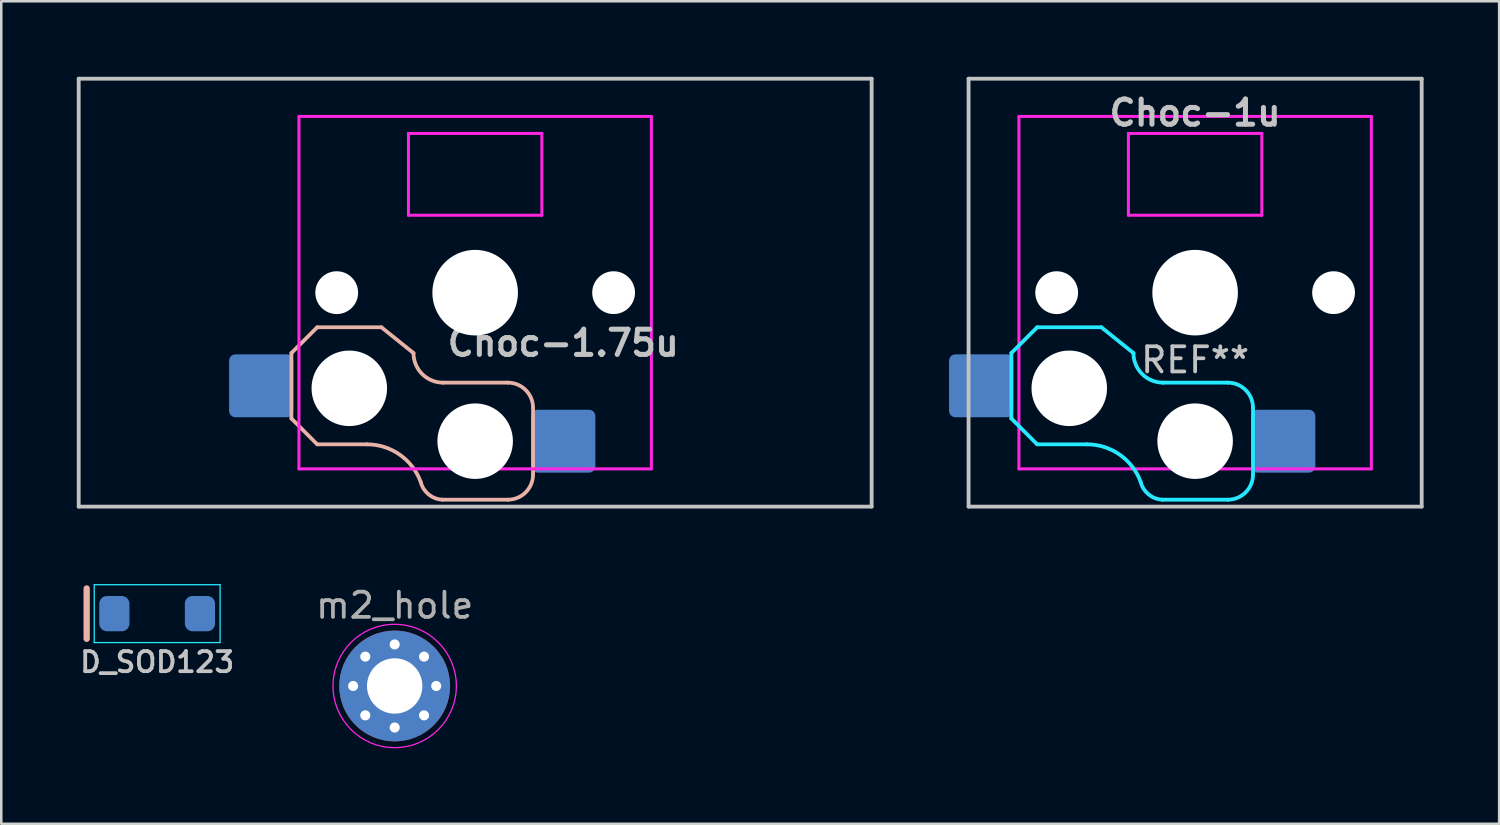
<source format=kicad_pcb>
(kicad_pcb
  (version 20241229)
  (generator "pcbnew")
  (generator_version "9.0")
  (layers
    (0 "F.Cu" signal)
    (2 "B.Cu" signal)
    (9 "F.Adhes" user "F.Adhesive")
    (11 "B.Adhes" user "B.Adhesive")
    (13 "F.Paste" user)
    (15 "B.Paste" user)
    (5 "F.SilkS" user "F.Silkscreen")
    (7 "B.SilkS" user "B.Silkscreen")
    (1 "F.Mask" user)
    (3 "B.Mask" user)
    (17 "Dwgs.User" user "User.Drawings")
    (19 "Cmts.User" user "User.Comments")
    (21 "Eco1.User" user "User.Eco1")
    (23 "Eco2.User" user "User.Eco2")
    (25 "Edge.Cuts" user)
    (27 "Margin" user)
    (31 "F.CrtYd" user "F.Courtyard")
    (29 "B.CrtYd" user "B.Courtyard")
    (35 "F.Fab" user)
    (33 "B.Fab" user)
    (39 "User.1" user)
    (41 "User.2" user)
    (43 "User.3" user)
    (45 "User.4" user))
  (footprint "m2_hole"
    (layer "F.Cu")
    (at 12.629 24.201)
    (property "Reference" "m2_hole" (at 0 -3.2 0) (layer "F.Fab") (effects (font (size 1 1) (thickness 0.15))))
    (attr exclude_from_pos_files exclude_from_bom)
    (fp_circle (center 0 0) (end 2.45 0) (stroke (width 0.05) (type solid)) (fill no) (layer "F.CrtYd"))
    (pad "1" thru_hole circle (at -1.65 0) (size 0.7 0.7) (drill 0.4) (layers "*.Cu" "*.Mask"))
    (pad "1" thru_hole circle (at -1.167 -1.167) (size 0.7 0.7) (drill 0.4) (layers "*.Cu" "*.Mask"))
    (pad "1" thru_hole circle (at -1.167 1.167) (size 0.7 0.7) (drill 0.4) (layers "*.Cu" "*.Mask"))
    (pad "1" thru_hole circle (at 0 -1.65) (size 0.7 0.7) (drill 0.4) (layers "*.Cu" "*.Mask"))
    (pad "1" thru_hole circle (at 0 0) (size 4.4 4.4) (drill 2.2) (layers "*.Cu" "*.Mask"))
    (pad "1" thru_hole circle (at 0 1.65) (size 0.7 0.7) (drill 0.4) (layers "*.Cu" "*.Mask"))
    (pad "1" thru_hole circle (at 1.167 -1.167) (size 0.7 0.7) (drill 0.4) (layers "*.Cu" "*.Mask"))
    (pad "1" thru_hole circle (at 1.167 1.167) (size 0.7 0.7) (drill 0.4) (layers "*.Cu" "*.Mask"))
    (pad "1" thru_hole circle (at 1.65 0) (size 0.7 0.7) (drill 0.4) (layers "*.Cu" "*.Mask")))
  (footprint "Choc-1.75u"
    (layer "F.Cu")
    (at 15.826 8.576)
    (property "Reference" "Choc-1.75u" (at 3.5 2 180) (layer "Dwgs.User") (effects (font (size 1 1) (thickness 0.2))))
    (attr through_hole)
    (fp_line (start -7.3 2.4) (end -7.3 5) (stroke (width 0.15) (type solid)) (layer "B.SilkS"))
    (fp_line (start -7.3 2.4) (end -6.275 1.375) (stroke (width 0.15) (type solid)) (layer "B.SilkS"))
    (fp_line (start -7.3 5) (end -6.275 6.025) (stroke (width 0.15) (type solid)) (layer "B.SilkS"))
    (fp_line (start -4.3 6.025) (end -6.275 6.025) (stroke (width 0.15) (type solid)) (layer "B.SilkS"))
    (fp_line (start -3.725 1.375) (end -6.275 1.375) (stroke (width 0.15) (type solid)) (layer "B.SilkS"))
    (fp_line (start -3.725 1.375) (end -2.45 2.4) (stroke (width 0.15) (type solid)) (layer "B.SilkS"))
    (fp_line (start 1.3 3.575) (end -1.275 3.575) (stroke (width 0.15) (type solid)) (layer "B.SilkS"))
    (fp_line (start 1.3 8.225) (end -1.3 8.225) (stroke (width 0.15) (type solid)) (layer "B.SilkS"))
    (fp_line (start 2.3 4.575) (end 2.3 7.225) (stroke (width 0.15) (type solid)) (layer "B.SilkS"))
    (fp_arc (start -4.3 6.025) (mid -2.995114 6.436429) (end -2.162199 7.521904) (stroke (width 0.15) (type solid)) (layer "B.SilkS"))
    (fp_arc (start -1.300995 8.223791) (mid -1.848284 8.016021) (end -2.162199 7.521904) (stroke (width 0.15) (type solid)) (layer "B.SilkS"))
    (fp_arc (start -1.275 3.575) (mid -2.10585 3.23085) (end -2.45 2.4) (stroke (width 0.15) (type solid)) (layer "B.SilkS"))
    (fp_arc (start 1.3 3.575) (mid 2.007107 3.867893) (end 2.3 4.575) (stroke (width 0.15) (type solid)) (layer "B.SilkS"))
    (fp_arc (start 2.3 7.225) (mid 2.007107 7.932107) (end 1.3 8.225) (stroke (width 0.15) (type solid)) (layer "B.SilkS"))
    (fp_line (start -15.75 -8.5) (end 15.75 -8.5) (stroke (width 0.152) (type solid)) (layer "Dwgs.User"))
    (fp_line (start -15.75 8.5) (end -15.75 -8.5) (stroke (width 0.152) (type solid)) (layer "Dwgs.User"))
    (fp_line (start 15.75 -8.5) (end 15.75 8.5) (stroke (width 0.152) (type solid)) (layer "Dwgs.User"))
    (fp_line (start 15.75 8.5) (end -15.75 8.5) (stroke (width 0.152) (type solid)) (layer "Dwgs.User"))
    (fp_line (start -7 -7) (end -7 7) (stroke (width 0.12) (type solid)) (layer "F.CrtYd"))
    (fp_line (start -7 7) (end 7 7) (stroke (width 0.12) (type solid)) (layer "F.CrtYd"))
    (fp_line (start -2.65 -6.325) (end 2.65 -6.325) (stroke (width 0.12) (type solid)) (layer "F.CrtYd"))
    (fp_line (start -2.65 -3.075) (end -2.65 -6.325) (stroke (width 0.12) (type solid)) (layer "F.CrtYd"))
    (fp_line (start 2.65 -6.325) (end 2.65 -3.075) (stroke (width 0.12) (type solid)) (layer "F.CrtYd"))
    (fp_line (start 2.65 -3.075) (end -2.65 -3.075) (stroke (width 0.12) (type solid)) (layer "F.CrtYd"))
    (fp_line (start 7 -7) (end -7 -7) (stroke (width 0.12) (type solid)) (layer "F.CrtYd"))
    (fp_line (start 7 7) (end 7 -7) (stroke (width 0.12) (type solid)) (layer "F.CrtYd"))
    (pad "" np_thru_hole circle (at -5.5 0 180) (size 1.7 1.7) (drill 1.7) (layers "*.Cu" "*.Mask"))
    (pad "" np_thru_hole circle (at -5 3.8 90) (size 3 3) (drill 3) (layers "*.Cu" "*.Mask"))
    (pad "" np_thru_hole circle (at 0 0 90) (size 3.4 3.4) (drill 3.4) (layers "*.Cu" "*.Mask"))
    (pad "" np_thru_hole circle (at 0 5.9 90) (size 3 3) (drill 3) (layers "*.Cu" "*.Mask"))
    (pad "" np_thru_hole circle (at 5.5 0 180) (size 1.7 1.7) (drill 1.7) (layers "*.Cu" "*.Mask"))
    (pad "1" smd roundrect (at -8.5 3.7) (size 2.55 2.5) (layers "B.Cu" "B.Mask" "B.Paste") (roundrect_rratio 0.1))
    (pad "2" smd roundrect (at 3.5 5.9) (size 2.55 2.5) (layers "B.Cu" "B.Mask" "B.Paste") (roundrect_rratio 0.1)))
  (footprint "D_SOD123"
    (layer "F.Cu")
    (at 3.193 21.327)
    (property "Reference" "D_SOD123" (at 0 1.925 0) (layer "Dwgs.User") (effects (font (size 0.8 0.8) (thickness 0.15))))
    (attr smd)
    (fp_line (start -2.8 -1) (end -2.8 1) (stroke (width 0.25) (type solid)) (layer "B.SilkS"))
    (fp_line (start -2.5 -1.15) (end -2.5 1.15) (stroke (width 0.05) (type solid)) (layer "B.CrtYd"))
    (fp_line (start -2.5 -1.15) (end 2.5 -1.15) (stroke (width 0.05) (type solid)) (layer "B.CrtYd"))
    (fp_line (start 2.5 -1.15) (end 2.5 1.15) (stroke (width 0.05) (type solid)) (layer "B.CrtYd"))
    (fp_line (start 2.5 1.15) (end -2.5 1.15) (stroke (width 0.05) (type solid)) (layer "B.CrtYd"))
    (pad "1" smd roundrect (at -1.7 0) (size 1.2 1.4) (layers "B.Cu" "B.Mask" "B.Paste") (roundrect_rratio 0.25))
    (pad "2" smd roundrect (at 1.7 0) (size 1.2 1.4) (layers "B.Cu" "B.Mask" "B.Paste") (roundrect_rratio 0.25)))
  (footprint "Choc-1u"
    (layer "F.Cu")
    (at 44.427 8.576)
    (property "Reference" "Choc-1u" (at 0 -7.144 180) (layer "Dwgs.User") (effects (font (size 1 1) (thickness 0.2))))
    (attr through_hole)
    (fp_line (start -9 -8.5) (end 9 -8.5) (stroke (width 0.152) (type solid)) (layer "Dwgs.User"))
    (fp_line (start -9 8.5) (end -9 -8.5) (stroke (width 0.152) (type solid)) (layer "Dwgs.User"))
    (fp_line (start 9 -8.5) (end 9 8.5) (stroke (width 0.152) (type solid)) (layer "Dwgs.User"))
    (fp_line (start 9 8.5) (end -9 8.5) (stroke (width 0.152) (type solid)) (layer "Dwgs.User"))
    (fp_line (start -7.3 2.4) (end -7.3 5) (stroke (width 0.15) (type solid)) (layer "B.CrtYd"))
    (fp_line (start -7.3 2.4) (end -6.275 1.375) (stroke (width 0.15) (type solid)) (layer "B.CrtYd"))
    (fp_line (start -7.3 5) (end -6.275 6.025) (stroke (width 0.15) (type solid)) (layer "B.CrtYd"))
    (fp_line (start -4.3 6.025) (end -6.275 6.025) (stroke (width 0.15) (type solid)) (layer "B.CrtYd"))
    (fp_line (start -3.725 1.375) (end -6.275 1.375) (stroke (width 0.15) (type solid)) (layer "B.CrtYd"))
    (fp_line (start -3.725 1.375) (end -2.45 2.4) (stroke (width 0.15) (type solid)) (layer "B.CrtYd"))
    (fp_line (start 1.3 3.575) (end -1.275 3.575) (stroke (width 0.15) (type solid)) (layer "B.CrtYd"))
    (fp_line (start 1.3 8.225) (end -1.3 8.225) (stroke (width 0.15) (type solid)) (layer "B.CrtYd"))
    (fp_line (start 2.3 4.575) (end 2.3 7.225) (stroke (width 0.15) (type solid)) (layer "B.CrtYd"))
    (fp_arc (start -4.3 6.025) (mid -2.995114 6.436429) (end -2.162199 7.521904) (stroke (width 0.15) (type solid)) (layer "B.CrtYd"))
    (fp_arc (start -1.300995 8.223791) (mid -1.848284 8.016021) (end -2.162199 7.521904) (stroke (width 0.15) (type solid)) (layer "B.CrtYd"))
    (fp_arc (start -1.275 3.575) (mid -2.10585 3.23085) (end -2.45 2.4) (stroke (width 0.15) (type solid)) (layer "B.CrtYd"))
    (fp_arc (start 1.3 3.575) (mid 2.007107 3.867893) (end 2.3 4.575) (stroke (width 0.15) (type solid)) (layer "B.CrtYd"))
    (fp_arc (start 2.3 7.225) (mid 2.007107 7.932107) (end 1.3 8.225) (stroke (width 0.15) (type solid)) (layer "B.CrtYd"))
    (fp_line (start -7 -7) (end -7 7) (stroke (width 0.12) (type solid)) (layer "F.CrtYd"))
    (fp_line (start -7 7) (end 7 7) (stroke (width 0.12) (type solid)) (layer "F.CrtYd"))
    (fp_line (start -2.65 -6.325) (end 2.65 -6.325) (stroke (width 0.12) (type solid)) (layer "F.CrtYd"))
    (fp_line (start -2.65 -3.075) (end -2.65 -6.325) (stroke (width 0.12) (type solid)) (layer "F.CrtYd"))
    (fp_line (start 2.65 -6.325) (end 2.65 -3.075) (stroke (width 0.12) (type solid)) (layer "F.CrtYd"))
    (fp_line (start 2.65 -3.075) (end -2.65 -3.075) (stroke (width 0.12) (type solid)) (layer "F.CrtYd"))
    (fp_line (start 7 -7) (end -7 -7) (stroke (width 0.12) (type solid)) (layer "F.CrtYd"))
    (fp_line (start 7 7) (end 7 -7) (stroke (width 0.12) (type solid)) (layer "F.CrtYd"))
    (fp_text user "REF**" (at 0 2.675 0) (layer "Dwgs.User") (effects (font (size 1 1) (thickness 0.15))))
    (pad "" np_thru_hole circle (at -5.5 0 180) (size 1.7 1.7) (drill 1.7) (layers "*.Cu" "*.Mask"))
    (pad "" np_thru_hole circle (at -5 3.8 90) (size 3 3) (drill 3) (layers "*.Cu" "*.Mask"))
    (pad "" np_thru_hole circle (at 0 0 90) (size 3.4 3.4) (drill 3.4) (layers "*.Cu" "*.Mask"))
    (pad "" np_thru_hole circle (at 0 5.9 90) (size 3 3) (drill 3) (layers "*.Cu" "*.Mask"))
    (pad "" np_thru_hole circle (at 5.5 0 180) (size 1.7 1.7) (drill 1.7) (layers "*.Cu" "*.Mask"))
    (pad "1" smd roundrect (at -8.5 3.7) (size 2.55 2.5) (layers "B.Cu" "B.Mask" "B.Paste") (roundrect_rratio 0.1))
    (pad "2" smd roundrect (at 3.5 5.9) (size 2.55 2.5) (layers "B.Cu" "B.Mask" "B.Paste") (roundrect_rratio 0.1)))
  (gr_rect
    (start -3 -3)
    (end 56.504 29.676)
    (stroke (width 0.1) (type default))
    (fill no)
    (layer "Edge.Cuts")))
</source>
